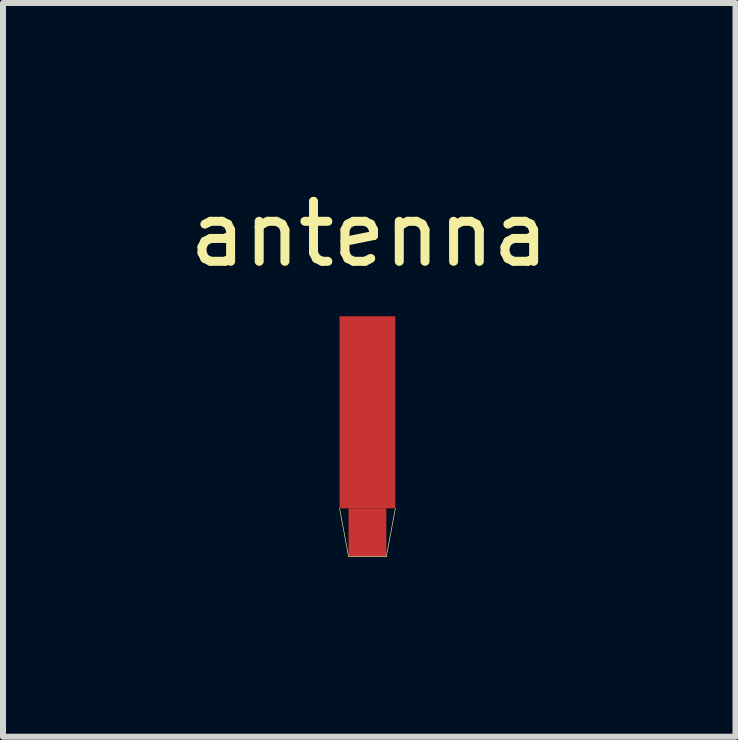
<source format=kicad_pcb>
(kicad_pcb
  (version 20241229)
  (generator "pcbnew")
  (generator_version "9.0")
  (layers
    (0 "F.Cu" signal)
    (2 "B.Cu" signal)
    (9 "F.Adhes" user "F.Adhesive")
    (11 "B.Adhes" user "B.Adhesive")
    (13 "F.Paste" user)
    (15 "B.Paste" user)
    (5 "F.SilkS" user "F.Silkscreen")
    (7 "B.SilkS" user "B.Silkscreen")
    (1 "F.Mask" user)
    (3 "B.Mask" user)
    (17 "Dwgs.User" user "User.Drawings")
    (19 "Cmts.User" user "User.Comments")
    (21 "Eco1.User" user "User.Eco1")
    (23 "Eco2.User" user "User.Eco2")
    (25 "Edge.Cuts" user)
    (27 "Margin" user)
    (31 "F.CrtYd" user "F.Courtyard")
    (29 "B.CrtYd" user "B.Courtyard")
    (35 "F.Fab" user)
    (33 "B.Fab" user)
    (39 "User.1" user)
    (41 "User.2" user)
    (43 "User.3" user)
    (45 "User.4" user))
  (footprint "antenna"
    (layer "F.Cu")
    (at 3.071 3.818)
    (property "Reference" "antenna" (at 0.03 -2.97 0) (layer "F.SilkS") (effects (font (size 1 1) (thickness 0.15))))
    (attr through_hole)
    (fp_line (start -0.315 2.4) (end -0.465 1.6) (stroke (width 0.01) (type solid)) (layer "F.SilkS"))
    (fp_line (start -0.315 2.4) (end 0.315 2.4) (stroke (width 0.01) (type solid)) (layer "F.SilkS"))
    (fp_line (start 0.315 2.4) (end 0.465 1.6) (stroke (width 0.01) (type solid)) (layer "F.SilkS"))
    (pad "" smd rect (at 0 0) (size 0.93 3.2) (layers "F.Cu" "F.Mask" "F.Paste"))
    (pad "" smd trapezoid (at 0 2) (size 0.63 0.8) (layers "F.Cu" "F.Mask" "F.Paste")))
  (gr_rect
    (start -3 -3)
    (end 9.202 9.223)
    (stroke (width 0.1) (type default))
    (fill no)
    (layer "Edge.Cuts")))
</source>
